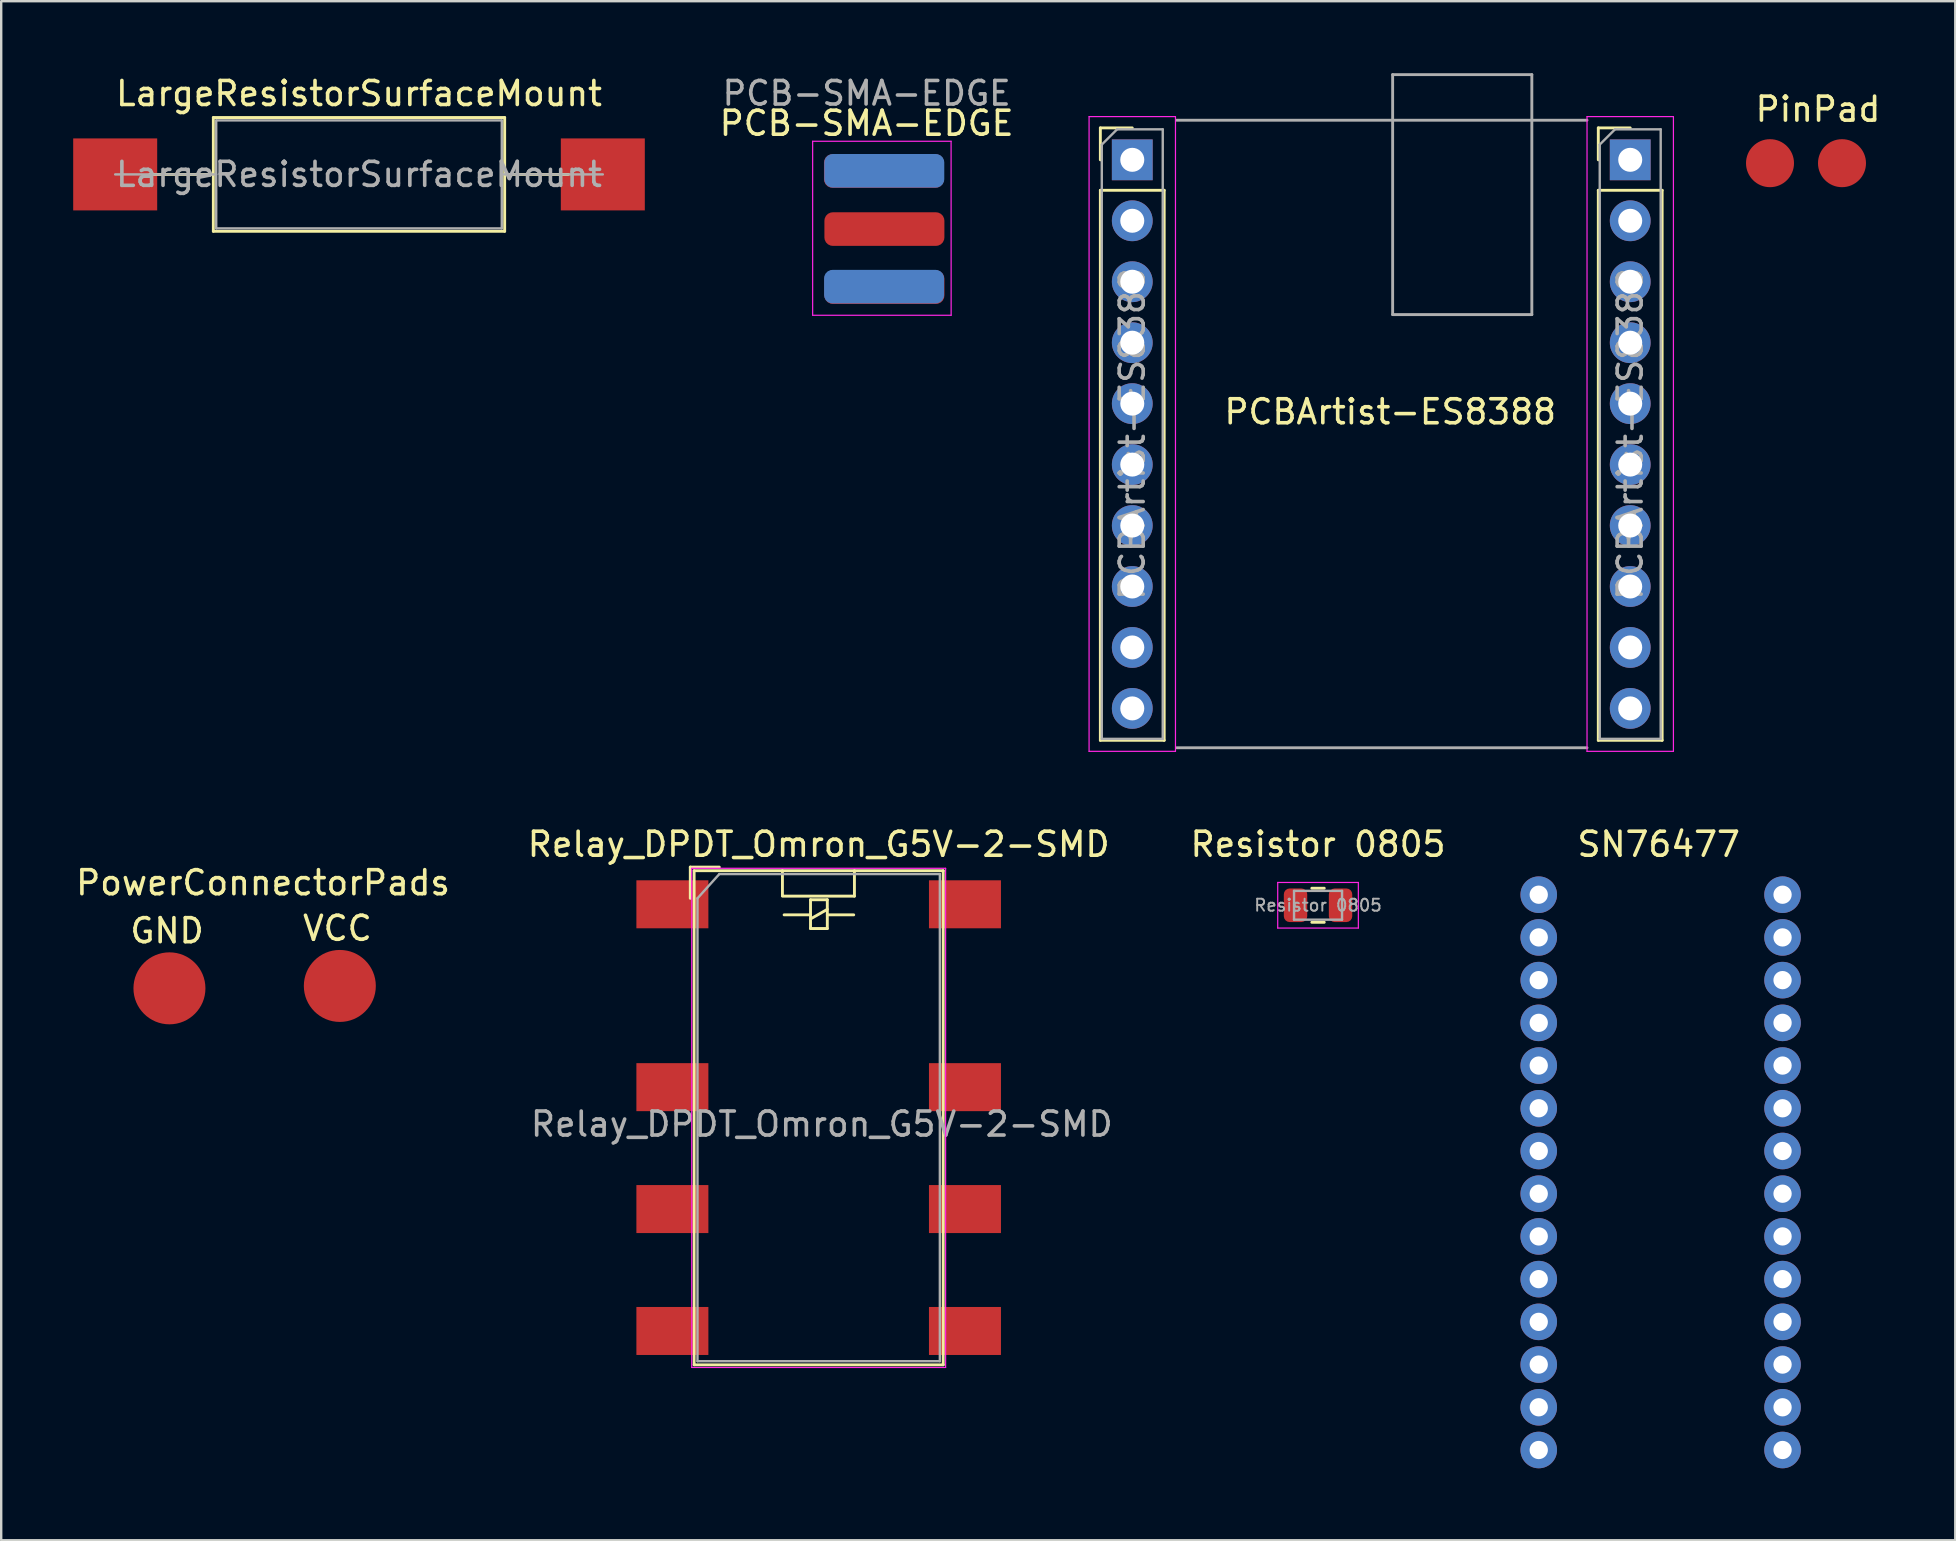
<source format=kicad_pcb>
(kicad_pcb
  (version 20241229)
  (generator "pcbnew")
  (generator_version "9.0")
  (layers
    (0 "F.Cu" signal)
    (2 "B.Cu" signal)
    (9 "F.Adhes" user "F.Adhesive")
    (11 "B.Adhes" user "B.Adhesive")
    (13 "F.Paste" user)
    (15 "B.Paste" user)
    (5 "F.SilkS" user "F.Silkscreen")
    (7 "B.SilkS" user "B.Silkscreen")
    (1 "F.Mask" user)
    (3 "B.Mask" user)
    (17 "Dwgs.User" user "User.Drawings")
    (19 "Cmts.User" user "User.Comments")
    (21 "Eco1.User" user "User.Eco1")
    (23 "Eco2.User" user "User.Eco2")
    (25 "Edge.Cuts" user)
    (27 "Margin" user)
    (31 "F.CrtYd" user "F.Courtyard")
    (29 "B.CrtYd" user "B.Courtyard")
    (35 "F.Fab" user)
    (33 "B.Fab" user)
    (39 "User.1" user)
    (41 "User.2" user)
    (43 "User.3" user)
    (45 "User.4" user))
  (footprint "SN76477"
    (layer "F.Cu")
    (at 66.071 31.633)
    (property "Reference" "SN76477" (at 0 0.5 0) (layer "F.SilkS") (effects (font (size 1 1) (thickness 0.15))))
    (attr through_hole)
    (pad "1" thru_hole circle (at -5 2.6) (size 1.524 1.524) (drill 0.762) (layers "*.Cu" "*.Mask"))
    (pad "2" thru_hole circle (at -5 4.38) (size 1.524 1.524) (drill 0.762) (layers "*.Cu" "*.Mask"))
    (pad "3" thru_hole circle (at -5 6.16) (size 1.524 1.524) (drill 0.762) (layers "*.Cu" "*.Mask"))
    (pad "4" thru_hole circle (at -5 7.94) (size 1.524 1.524) (drill 0.762) (layers "*.Cu" "*.Mask"))
    (pad "5" thru_hole circle (at -5 9.72) (size 1.524 1.524) (drill 0.762) (layers "*.Cu" "*.Mask"))
    (pad "6" thru_hole circle (at -5 11.5) (size 1.524 1.524) (drill 0.762) (layers "*.Cu" "*.Mask"))
    (pad "7" thru_hole circle (at -5 13.28) (size 1.524 1.524) (drill 0.762) (layers "*.Cu" "*.Mask"))
    (pad "8" thru_hole circle (at -5 15.06) (size 1.524 1.524) (drill 0.762) (layers "*.Cu" "*.Mask"))
    (pad "9" thru_hole circle (at -5 16.84) (size 1.524 1.524) (drill 0.762) (layers "*.Cu" "*.Mask"))
    (pad "10" thru_hole circle (at -5 18.62) (size 1.524 1.524) (drill 0.762) (layers "*.Cu" "*.Mask"))
    (pad "11" thru_hole circle (at -5 20.4) (size 1.524 1.524) (drill 0.762) (layers "*.Cu" "*.Mask"))
    (pad "12" thru_hole circle (at -5 22.18) (size 1.524 1.524) (drill 0.762) (layers "*.Cu" "*.Mask"))
    (pad "13" thru_hole circle (at -5 23.96) (size 1.524 1.524) (drill 0.762) (layers "*.Cu" "*.Mask"))
    (pad "14" thru_hole circle (at -5 25.74) (size 1.524 1.524) (drill 0.762) (layers "*.Cu" "*.Mask"))
    (pad "15" thru_hole circle (at 5.16 25.74) (size 1.524 1.524) (drill 0.762) (layers "*.Cu" "*.Mask"))
    (pad "16" thru_hole circle (at 5.16 23.96) (size 1.524 1.524) (drill 0.762) (layers "*.Cu" "*.Mask"))
    (pad "17" thru_hole circle (at 5.16 22.18) (size 1.524 1.524) (drill 0.762) (layers "*.Cu" "*.Mask"))
    (pad "18" thru_hole circle (at 5.16 20.4) (size 1.524 1.524) (drill 0.762) (layers "*.Cu" "*.Mask"))
    (pad "19" thru_hole circle (at 5.16 18.62) (size 1.524 1.524) (drill 0.762) (layers "*.Cu" "*.Mask"))
    (pad "20" thru_hole circle (at 5.16 16.84) (size 1.524 1.524) (drill 0.762) (layers "*.Cu" "*.Mask"))
    (pad "21" thru_hole circle (at 5.16 15.06) (size 1.524 1.524) (drill 0.762) (layers "*.Cu" "*.Mask"))
    (pad "22" thru_hole circle (at 5.16 13.28) (size 1.524 1.524) (drill 0.762) (layers "*.Cu" "*.Mask"))
    (pad "23" thru_hole circle (at 5.16 11.5) (size 1.524 1.524) (drill 0.762) (layers "*.Cu" "*.Mask"))
    (pad "24" thru_hole circle (at 5.16 9.72) (size 1.524 1.524) (drill 0.762) (layers "*.Cu" "*.Mask"))
    (pad "25" thru_hole circle (at 5.16 7.94) (size 1.524 1.524) (drill 0.762) (layers "*.Cu" "*.Mask"))
    (pad "26" thru_hole circle (at 5.16 6.16) (size 1.524 1.524) (drill 0.762) (layers "*.Cu" "*.Mask"))
    (pad "27" thru_hole circle (at 5.16 4.38) (size 1.524 1.524) (drill 0.762) (layers "*.Cu" "*.Mask"))
    (pad "28" thru_hole circle (at 5.16 2.6) (size 1.524 1.524) (drill 0.762) (layers "*.Cu" "*.Mask")))
  (footprint "PCB-SMA-EDGE"
    (layer "F.Cu")
    (at 33.814 1.337)
    (property "Reference" "PCB-SMA-EDGE" (at -0.75 0.75 0) (layer "F.SilkS") (effects (font (size 1 1) (thickness 0.15))))
    (attr through_hole)
    (fp_line (start -3 1.5) (end -3 8.75) (stroke (width 0.05) (type solid)) (layer "F.CrtYd"))
    (fp_line (start 2.769 1.5) (end -3 1.5) (stroke (width 0.05) (type solid)) (layer "F.CrtYd"))
    (fp_line (start 2.769 1.5) (end 2.771 8.75) (stroke (width 0.05) (type solid)) (layer "F.CrtYd"))
    (fp_line (start 2.771 8.75) (end -3 8.75) (stroke (width 0.05) (type solid)) (layer "F.CrtYd"))
    (fp_text user "${REFERENCE}" (at -0.75 -0.5 0) (layer "F.Fab") (effects (font (size 0.98 0.98) (thickness 0.15))))
    (pad "1" smd roundrect (at -0.01 5.159) (size 5 1.4) (layers "F.Cu" "F.Mask" "F.Paste") (roundrect_rratio 0.25))
    (pad "2" smd roundrect (at -0.028 2.738) (size 5 1.4) (layers "F.Cu" "F.Mask" "F.Paste") (roundrect_rratio 0.25))
    (pad "2" smd roundrect (at -0.023 7.559) (size 5 1.4) (layers "F.Mask" "B.Cu" "F.Paste") (roundrect_rratio 0.25))
    (pad "2" smd roundrect (at -0.015 2.731) (size 5 1.4) (layers "F.Mask" "B.Cu" "F.Paste") (roundrect_rratio 0.25))
    (pad "2" smd roundrect (at -0.01 7.579) (size 5 1.4) (layers "F.Cu" "F.Mask" "F.Paste") (roundrect_rratio 0.25)))
  (footprint "PCBArtist-ES8388"
    (layer "F.Cu")
    (at 54.383 10.86)
    (property "Reference" "PCBArtist-ES8388" (at 0.5 3.25 0) (layer "F.SilkS") (effects (font (size 1 1) (thickness 0.15))))
    (attr through_hole)
    (fp_line (start -11.58 -8.58) (end -10.25 -8.58) (stroke (width 0.12) (type solid)) (layer "F.SilkS"))
    (fp_line (start -11.58 -7.25) (end -11.58 -8.58) (stroke (width 0.12) (type solid)) (layer "F.SilkS"))
    (fp_line (start -11.58 -5.98) (end -11.58 16.94) (stroke (width 0.12) (type solid)) (layer "F.SilkS"))
    (fp_line (start -11.58 -5.98) (end -8.92 -5.98) (stroke (width 0.12) (type solid)) (layer "F.SilkS"))
    (fp_line (start -11.58 16.94) (end -8.92 16.94) (stroke (width 0.12) (type solid)) (layer "F.SilkS"))
    (fp_line (start -8.92 -5.98) (end -8.92 16.94) (stroke (width 0.12) (type solid)) (layer "F.SilkS"))
    (fp_line (start 9.17 -8.58) (end 10.5 -8.58) (stroke (width 0.12) (type solid)) (layer "F.SilkS"))
    (fp_line (start 9.17 -7.25) (end 9.17 -8.58) (stroke (width 0.12) (type solid)) (layer "F.SilkS"))
    (fp_line (start 9.17 -5.98) (end 9.17 16.94) (stroke (width 0.12) (type solid)) (layer "F.SilkS"))
    (fp_line (start 9.17 -5.98) (end 11.83 -5.98) (stroke (width 0.12) (type solid)) (layer "F.SilkS"))
    (fp_line (start 9.17 16.94) (end 11.83 16.94) (stroke (width 0.12) (type solid)) (layer "F.SilkS"))
    (fp_line (start 11.83 -5.98) (end 11.83 16.94) (stroke (width 0.12) (type solid)) (layer "F.SilkS"))
    (fp_line (start -12.05 -9.05) (end -12.05 17.4) (stroke (width 0.05) (type solid)) (layer "F.CrtYd"))
    (fp_line (start -12.05 17.4) (end -8.45 17.4) (stroke (width 0.05) (type solid)) (layer "F.CrtYd"))
    (fp_line (start -8.45 -9.05) (end -12.05 -9.05) (stroke (width 0.05) (type solid)) (layer "F.CrtYd"))
    (fp_line (start -8.45 17.4) (end -8.45 -9.05) (stroke (width 0.05) (type solid)) (layer "F.CrtYd"))
    (fp_line (start 8.7 -9.05) (end 8.7 17.4) (stroke (width 0.05) (type solid)) (layer "F.CrtYd"))
    (fp_line (start 8.7 17.4) (end 12.3 17.4) (stroke (width 0.05) (type solid)) (layer "F.CrtYd"))
    (fp_line (start 12.3 -9.05) (end 8.7 -9.05) (stroke (width 0.05) (type solid)) (layer "F.CrtYd"))
    (fp_line (start 12.3 17.4) (end 12.3 -9.05) (stroke (width 0.05) (type solid)) (layer "F.CrtYd"))
    (fp_line (start -11.52 -7.885) (end -10.885 -8.52) (stroke (width 0.1) (type solid)) (layer "F.Fab"))
    (fp_line (start -11.52 16.88) (end -11.52 -7.885) (stroke (width 0.1) (type solid)) (layer "F.Fab"))
    (fp_line (start -10.885 -8.52) (end -8.98 -8.52) (stroke (width 0.1) (type solid)) (layer "F.Fab"))
    (fp_line (start -8.98 -8.52) (end -8.98 16.88) (stroke (width 0.1) (type solid)) (layer "F.Fab"))
    (fp_line (start -8.98 16.88) (end -11.52 16.88) (stroke (width 0.1) (type solid)) (layer "F.Fab"))
    (fp_line (start -8.4 -8.9) (end 8.7 -8.9) (stroke (width 0.12) (type solid)) (layer "F.Fab"))
    (fp_line (start -8.4 17.25) (end 8.7 17.25) (stroke (width 0.12) (type solid)) (layer "F.Fab"))
    (fp_line (start 0.6 -10.8) (end 6.4 -10.8) (stroke (width 0.12) (type solid)) (layer "F.Fab"))
    (fp_line (start 0.6 -0.8) (end 0.6 -10.8) (stroke (width 0.12) (type solid)) (layer "F.Fab"))
    (fp_line (start 0.6 -0.8) (end 6.4 -0.8) (stroke (width 0.12) (type solid)) (layer "F.Fab"))
    (fp_line (start 6.4 -0.8) (end 6.4 -10.8) (stroke (width 0.12) (type solid)) (layer "F.Fab"))
    (fp_line (start 9.23 -7.885) (end 9.865 -8.52) (stroke (width 0.1) (type solid)) (layer "F.Fab"))
    (fp_line (start 9.23 16.88) (end 9.23 -7.885) (stroke (width 0.1) (type solid)) (layer "F.Fab"))
    (fp_line (start 9.865 -8.52) (end 11.77 -8.52) (stroke (width 0.1) (type solid)) (layer "F.Fab"))
    (fp_line (start 11.77 -8.52) (end 11.77 16.88) (stroke (width 0.1) (type solid)) (layer "F.Fab"))
    (fp_line (start 11.77 16.88) (end 9.23 16.88) (stroke (width 0.1) (type solid)) (layer "F.Fab"))
    (fp_text user "${REFERENCE}" (at -10.25 4.18 90) (layer "F.Fab") (effects (font (size 1 1) (thickness 0.15))))
    (fp_text user "${REFERENCE}" (at 10.5 4.18 90) (layer "F.Fab") (effects (font (size 1 1) (thickness 0.15))))
    (pad "1" thru_hole oval (at 10.5 5.45) (size 1.7 1.7) (drill 1) (layers "*.Cu" "*.Mask"))
    (pad "2" thru_hole oval (at 10.5 2.91) (size 1.7 1.7) (drill 1) (layers "*.Cu" "*.Mask"))
    (pad "4" thru_hole oval (at -10.25 -2.17) (size 1.7 1.7) (drill 1) (layers "*.Cu" "*.Mask"))
    (pad "4" thru_hole oval (at -10.25 0.37) (size 1.7 1.7) (drill 1) (layers "*.Cu" "*.Mask"))
    (pad "4" thru_hole oval (at -10.25 5.45) (size 1.7 1.7) (drill 1) (layers "*.Cu" "*.Mask"))
    (pad "4" thru_hole oval (at 10.5 7.99) (size 1.7 1.7) (drill 1) (layers "*.Cu" "*.Mask"))
    (pad "4" thru_hole oval (at 10.5 15.61) (size 1.7 1.7) (drill 1) (layers "*.Cu" "*.Mask"))
    (pad "5" thru_hole oval (at 10.5 0.37) (size 1.7 1.7) (drill 1) (layers "*.Cu" "*.Mask"))
    (pad "6" thru_hole oval (at 10.5 -2.17) (size 1.7 1.7) (drill 1) (layers "*.Cu" "*.Mask"))
    (pad "7" thru_hole oval (at 10.5 -4.71) (size 1.7 1.7) (drill 1) (layers "*.Cu" "*.Mask"))
    (pad "8" thru_hole rect (at 10.5 -7.25) (size 1.7 1.7) (drill 1) (layers "*.Cu" "*.Mask"))
    (pad "14" thru_hole rect (at -10.25 -7.25) (size 1.7 1.7) (drill 1) (layers "*.Cu" "*.Mask"))
    (pad "15" thru_hole oval (at -10.25 -4.71) (size 1.7 1.7) (drill 1) (layers "*.Cu" "*.Mask"))
    (pad "17" thru_hole oval (at -10.25 2.91 90) (size 1.7 1.7) (drill 1) (layers "*.Cu" "*.Mask"))
    (pad "21" thru_hole oval (at -10.25 7.99) (size 1.7 1.7) (drill 1) (layers "*.Cu" "*.Mask"))
    (pad "22" thru_hole oval (at -10.25 10.53) (size 1.7 1.7) (drill 1) (layers "*.Cu" "*.Mask"))
    (pad "23" thru_hole oval (at -10.25 13.07) (size 1.7 1.7) (drill 1) (layers "*.Cu" "*.Mask"))
    (pad "24" thru_hole oval (at -10.25 15.61) (size 1.7 1.7) (drill 1) (layers "*.Cu" "*.Mask"))
    (pad "27" thru_hole oval (at 10.5 13.07) (size 1.7 1.7) (drill 1) (layers "*.Cu" "*.Mask"))
    (pad "28" thru_hole oval (at 10.5 10.53) (size 1.7 1.7) (drill 1) (layers "*.Cu" "*.Mask")))
  (footprint "PowerConnectorPads"
    (layer "F.Cu")
    (at 7.511 31.535)
    (property "Reference" "PowerConnectorPads" (at 0.4 2.2 0) (layer "F.SilkS") (effects (font (size 1 1) (thickness 0.15))))
    (attr through_hole)
    (fp_text user "GND" (at -3.6 4.2 0) (layer "F.SilkS") (effects (font (size 1 1) (thickness 0.15))))
    (fp_text user "VCC" (at 3.5 4.1 0) (layer "F.SilkS") (effects (font (size 1 1) (thickness 0.15))))
    (pad "1" smd circle (at -3.5 6.6) (size 3 3) (layers "F.Cu" "F.Mask" "F.Paste"))
    (pad "2" smd circle (at 3.6 6.5) (size 3 3) (layers "F.Cu" "F.Mask" "F.Paste")))
  (footprint "Resistor 0805"
    (layer "F.Cu")
    (at 51.874 32.133)
    (property "Reference" "Resistor 0805" (at 0 0 0) (layer "F.SilkS") (effects (font (size 1 1) (thickness 0.15))))
    (attr through_hole)
    (fp_line (start -0.259 1.83) (end 0.259 1.83) (stroke (width 0.12) (type solid)) (layer "F.SilkS"))
    (fp_line (start -0.259 3.25) (end 0.259 3.25) (stroke (width 0.12) (type solid)) (layer "F.SilkS"))
    (fp_line (start -1.68 1.59) (end 1.68 1.59) (stroke (width 0.05) (type solid)) (layer "F.CrtYd"))
    (fp_line (start -1.68 3.49) (end -1.68 1.59) (stroke (width 0.05) (type solid)) (layer "F.CrtYd"))
    (fp_line (start 1.68 1.59) (end 1.68 3.49) (stroke (width 0.05) (type solid)) (layer "F.CrtYd"))
    (fp_line (start 1.68 3.49) (end -1.68 3.49) (stroke (width 0.05) (type solid)) (layer "F.CrtYd"))
    (fp_line (start -1 1.94) (end 1 1.94) (stroke (width 0.1) (type solid)) (layer "F.Fab"))
    (fp_line (start -1 3.14) (end -1 1.94) (stroke (width 0.1) (type solid)) (layer "F.Fab"))
    (fp_line (start 1 1.94) (end 1 3.14) (stroke (width 0.1) (type solid)) (layer "F.Fab"))
    (fp_line (start 1 3.14) (end -1 3.14) (stroke (width 0.1) (type solid)) (layer "F.Fab"))
    (fp_text user "${REFERENCE}" (at 0 2.54 0) (layer "F.Fab") (effects (font (size 0.5 0.5) (thickness 0.08))))
    (pad "1" smd roundrect (at -0.938 2.54) (size 0.975 1.4) (layers "F.Cu" "F.Mask" "F.Paste") (roundrect_rratio 0.25))
    (pad "2" smd roundrect (at 0.938 2.54) (size 0.975 1.4) (layers "F.Cu" "F.Mask" "F.Paste") (roundrect_rratio 0.25)))
  (footprint "LargeResistorSurfaceMount"
    (layer "F.Cu")
    (at 1.75 4.218)
    (property "Reference" "LargeResistorSurfaceMount" (at 10.16 -3.37 0) (layer "F.SilkS") (effects (font (size 1 1) (thickness 0.15))))
    (attr through_hole)
    (fp_line (start 1.44 0) (end 4.09 0) (stroke (width 0.12) (type solid)) (layer "F.SilkS"))
    (fp_line (start 4.09 -2.37) (end 4.09 2.37) (stroke (width 0.12) (type solid)) (layer "F.SilkS"))
    (fp_line (start 4.09 2.37) (end 16.23 2.37) (stroke (width 0.12) (type solid)) (layer "F.SilkS"))
    (fp_line (start 16.23 -2.37) (end 4.09 -2.37) (stroke (width 0.12) (type solid)) (layer "F.SilkS"))
    (fp_line (start 16.23 2.37) (end 16.23 -2.37) (stroke (width 0.12) (type solid)) (layer "F.SilkS"))
    (fp_line (start 18.88 0) (end 16.23 0) (stroke (width 0.12) (type solid)) (layer "F.SilkS"))
    (fp_line (start 0 0) (end 4.21 0) (stroke (width 0.1) (type solid)) (layer "F.Fab"))
    (fp_line (start 4.21 -2.25) (end 4.21 2.25) (stroke (width 0.1) (type solid)) (layer "F.Fab"))
    (fp_line (start 4.21 2.25) (end 16.11 2.25) (stroke (width 0.1) (type solid)) (layer "F.Fab"))
    (fp_line (start 16.11 -2.25) (end 4.21 -2.25) (stroke (width 0.1) (type solid)) (layer "F.Fab"))
    (fp_line (start 16.11 2.25) (end 16.11 -2.25) (stroke (width 0.1) (type solid)) (layer "F.Fab"))
    (fp_line (start 20.32 0) (end 16.11 0) (stroke (width 0.1) (type solid)) (layer "F.Fab"))
    (fp_text user "${REFERENCE}" (at 10.16 0 0) (layer "F.Fab") (effects (font (size 1 1) (thickness 0.15))))
    (pad "1" smd rect (at 0 0) (size 3.5 3) (layers "F.Cu" "F.Mask" "F.Paste"))
    (pad "2" smd rect (at 20.32 0) (size 3.5 3) (layers "F.Cu" "F.Mask" "F.Paste")))
  (footprint "PinPad"
    (layer "F.Cu")
    (at 72.208 0.25)
    (property "Reference" "PinPad" (at 0.5 1.25 0) (layer "F.SilkS") (effects (font (size 1 1) (thickness 0.15))))
    (attr through_hole)
    (pad "1" smd circle (at -1.5 3.5) (size 2 2) (layers "F.Cu" "F.Mask" "F.Paste"))
    (pad "2" smd circle (at 1.5 3.5) (size 2 2) (layers "F.Cu" "F.Mask" "F.Paste")))
  (footprint "Relay_DPDT_Omron_G5V-2-SMD"
    (layer "F.Cu")
    (at 27.255 34.633)
    (property "Reference" "Relay_DPDT_Omron_G5V-2-SMD" (at 3.81 -2.5 0) (layer "F.SilkS") (effects (font (size 1 1) (thickness 0.15))))
    (attr through_hole)
    (fp_line (start -1.54 -1.55) (end -0.33 -1.55) (stroke (width 0.12) (type solid)) (layer "F.SilkS"))
    (fp_line (start -1.54 -0.25) (end -1.54 -1.55) (stroke (width 0.12) (type solid)) (layer "F.SilkS"))
    (fp_line (start -1.38 -1.4) (end -1.38 19.19) (stroke (width 0.12) (type solid)) (layer "F.SilkS"))
    (fp_line (start -1.38 19.19) (end 9 19.19) (stroke (width 0.12) (type solid)) (layer "F.SilkS"))
    (fp_line (start 2.3 -1.4) (end 2.3 -0.36) (stroke (width 0.12) (type solid)) (layer "F.SilkS"))
    (fp_line (start 2.3 -0.34) (end 5.3 -0.34) (stroke (width 0.12) (type solid)) (layer "F.SilkS"))
    (fp_line (start 3.47 -0.19) (end 3.47 1.01) (stroke (width 0.12) (type solid)) (layer "F.SilkS"))
    (fp_line (start 3.47 0.44) (end 2.37 0.44) (stroke (width 0.12) (type solid)) (layer "F.SilkS"))
    (fp_line (start 3.47 0.61) (end 4.17 0.21) (stroke (width 0.12) (type solid)) (layer "F.SilkS"))
    (fp_line (start 3.47 1.01) (end 4.17 1.01) (stroke (width 0.12) (type solid)) (layer "F.SilkS"))
    (fp_line (start 4.17 -0.19) (end 3.47 -0.19) (stroke (width 0.12) (type solid)) (layer "F.SilkS"))
    (fp_line (start 4.17 0.44) (end 5.27 0.44) (stroke (width 0.12) (type solid)) (layer "F.SilkS"))
    (fp_line (start 4.17 1.01) (end 4.17 -0.19) (stroke (width 0.12) (type solid)) (layer "F.SilkS"))
    (fp_line (start 5.3 -0.34) (end 5.3 -1.4) (stroke (width 0.12) (type solid)) (layer "F.SilkS"))
    (fp_line (start 9 -1.4) (end -1.38 -1.4) (stroke (width 0.12) (type solid)) (layer "F.SilkS"))
    (fp_line (start 9 19.19) (end 9 -1.4) (stroke (width 0.12) (type solid)) (layer "F.SilkS"))
    (fp_line (start -1.48 -1.5) (end -1.48 19.3) (stroke (width 0.05) (type solid)) (layer "F.CrtYd"))
    (fp_line (start -1.48 -1.5) (end 9.1 -1.5) (stroke (width 0.05) (type solid)) (layer "F.CrtYd"))
    (fp_line (start 9.1 -1.5) (end 9.1 19.3) (stroke (width 0.05) (type solid)) (layer "F.CrtYd"))
    (fp_line (start 9.1 19.3) (end -1.48 19.3) (stroke (width 0.05) (type solid)) (layer "F.CrtYd"))
    (fp_line (start -1.24 -0.25) (end -1.24 19.04) (stroke (width 0.1) (type solid)) (layer "F.Fab"))
    (fp_line (start -1.24 -0.25) (end -0.33 -1.26) (stroke (width 0.1) (type solid)) (layer "F.Fab"))
    (fp_line (start -1.24 19.04) (end 8.86 19.04) (stroke (width 0.1) (type solid)) (layer "F.Fab"))
    (fp_line (start 8.86 -1.26) (end -0.33 -1.26) (stroke (width 0.1) (type solid)) (layer "F.Fab"))
    (fp_line (start 8.86 19.04) (end 8.86 -1.26) (stroke (width 0.1) (type solid)) (layer "F.Fab"))
    (fp_text user "${REFERENCE}" (at 3.94 9.16 0) (layer "F.Fab") (effects (font (size 1 1) (thickness 0.15))))
    (pad "1" smd rect (at -2.286 0) (size 3 2) (layers "F.Cu" "F.Mask" "F.Paste"))
    (pad "4" smd rect (at -2.286 7.62) (size 3 2) (layers "F.Cu" "F.Mask" "F.Paste"))
    (pad "6" smd rect (at -2.286 12.7) (size 3 2) (layers "F.Cu" "F.Mask" "F.Paste"))
    (pad "8" smd rect (at -2.286 17.78) (size 3 2) (layers "F.Cu" "F.Mask" "F.Paste"))
    (pad "9" smd rect (at 9.906 17.78) (size 3 2) (layers "F.Cu" "F.Mask" "F.Paste"))
    (pad "11" smd rect (at 9.906 12.7) (size 3 2) (layers "F.Cu" "F.Mask" "F.Paste"))
    (pad "13" smd rect (at 9.906 7.62) (size 3 2) (layers "F.Cu" "F.Mask" "F.Paste"))
    (pad "16" smd rect (at 9.906 0) (size 3 2) (layers "F.Cu" "F.Mask" "F.Paste")))
  (gr_rect
    (start -3 -3)
    (end 78.428 61.135)
    (stroke (width 0.1) (type default))
    (fill no)
    (layer "Edge.Cuts")))
</source>
